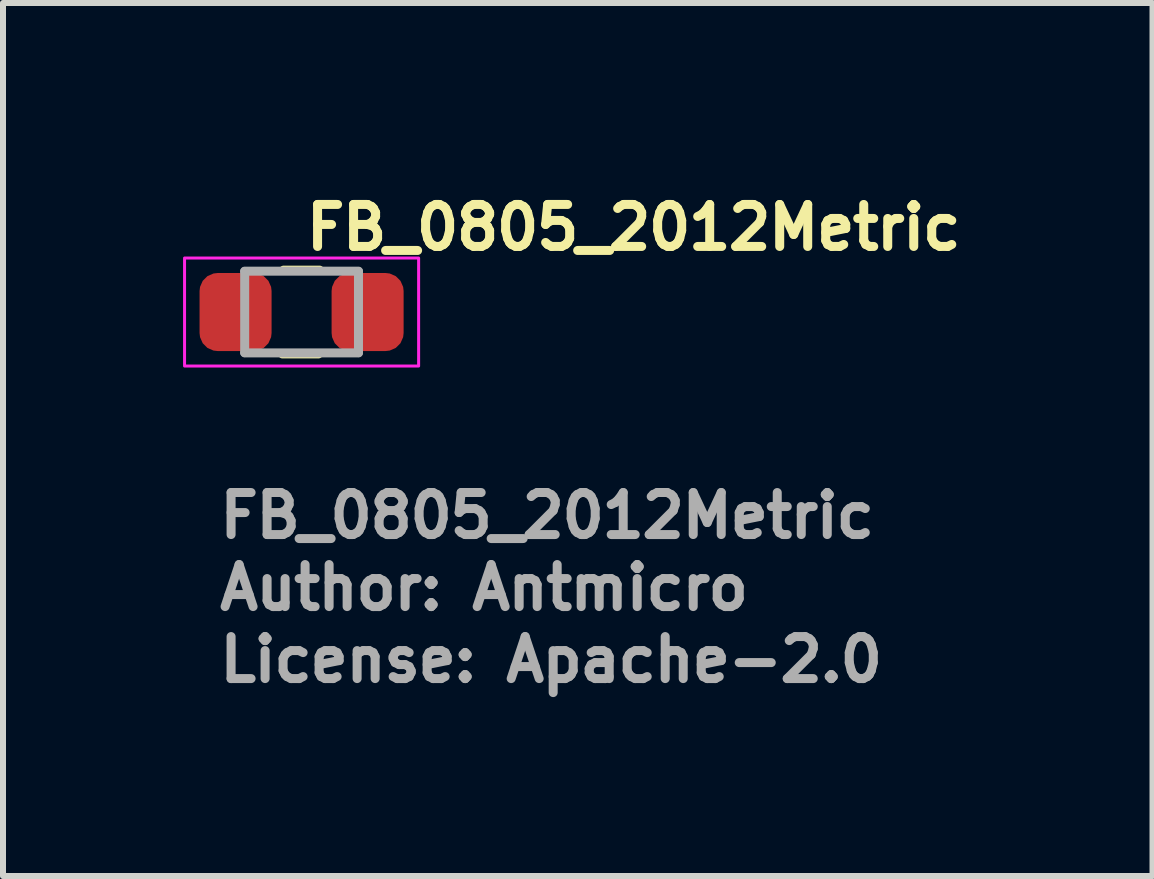
<source format=kicad_pcb>
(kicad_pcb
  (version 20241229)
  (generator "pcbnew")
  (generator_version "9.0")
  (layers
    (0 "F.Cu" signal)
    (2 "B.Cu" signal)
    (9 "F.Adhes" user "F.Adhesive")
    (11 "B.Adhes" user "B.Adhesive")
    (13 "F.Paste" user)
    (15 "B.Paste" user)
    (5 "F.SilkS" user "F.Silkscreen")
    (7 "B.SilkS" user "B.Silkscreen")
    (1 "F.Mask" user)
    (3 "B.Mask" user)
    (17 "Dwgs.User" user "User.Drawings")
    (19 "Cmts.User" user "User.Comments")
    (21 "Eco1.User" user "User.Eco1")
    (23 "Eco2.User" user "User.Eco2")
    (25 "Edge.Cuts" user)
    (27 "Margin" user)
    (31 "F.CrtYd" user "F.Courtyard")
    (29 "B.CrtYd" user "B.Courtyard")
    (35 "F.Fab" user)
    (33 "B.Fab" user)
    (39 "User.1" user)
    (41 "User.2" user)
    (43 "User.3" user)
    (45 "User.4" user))
  (footprint "FB_0805_2012Metric"
    (layer "F.Cu")
    (at 1.975 2.149)
    (property "Reference" "FB_0805_2012Metric" (at 0.001 -0.999 0) (layer "F.SilkS") (effects (font (size 0.7 0.7) (thickness 0.15)) (justify left bottom)))
    (attr smd)
    (fp_line (start -0.319 0.698) (end 0.281 0.698) (stroke (width 0.15) (type solid)) (layer "F.SilkS"))
    (fp_line (start -0.299 -0.698) (end 0.299 -0.698) (stroke (width 0.15) (type solid)) (layer "F.SilkS"))
    (fp_rect (start 1.95 -0.9) (end -1.95 0.9) (stroke (width 0.05) (type default)) (fill no) (layer "F.CrtYd"))
    (fp_line (start -0.948 -0.681) (end 0.948 -0.681) (stroke (width 0.15) (type solid)) (layer "F.Fab"))
    (fp_line (start -0.948 -0.676) (end -0.948 0.676) (stroke (width 0.15) (type solid)) (layer "F.Fab"))
    (fp_line (start -0.948 0.681) (end 0.948 0.681) (stroke (width 0.15) (type solid)) (layer "F.Fab"))
    (fp_line (start 0.948 -0.676) (end 0.948 0.676) (stroke (width 0.15) (type solid)) (layer "F.Fab"))
    (fp_rect (start -0.999 -0.656) (end 0.999 0.656) (stroke (width 0.1) (type solid)) (fill no) (layer "User.5"))
    (fp_line (start -0.999 -0.656) (end -0.999 0.656) (stroke (width 0.02) (type solid)) (layer "User.9"))
    (fp_line (start -0.499 -0.656) (end -0.999 -0.656) (stroke (width 0.02) (type solid)) (layer "User.9"))
    (fp_line (start -0.499 -0.656) (end -0.499 0.656) (stroke (width 0.02) (type solid)) (layer "User.9"))
    (fp_line (start -0.499 -0.624) (end 0.499 -0.624) (stroke (width 0.02) (type solid)) (layer "User.9"))
    (fp_line (start -0.499 0.656) (end -0.999 0.656) (stroke (width 0.02) (type solid)) (layer "User.9"))
    (fp_line (start 0.499 -0.656) (end 0.499 0.656) (stroke (width 0.02) (type solid)) (layer "User.9"))
    (fp_line (start 0.499 0.624) (end -0.499 0.624) (stroke (width 0.02) (type solid)) (layer "User.9"))
    (fp_line (start 0.999 -0.656) (end 0.499 -0.656) (stroke (width 0.02) (type solid)) (layer "User.9"))
    (fp_line (start 0.999 -0.656) (end 0.999 0.656) (stroke (width 0.02) (type solid)) (layer "User.9"))
    (fp_line (start 0.999 0.656) (end 0.499 0.656) (stroke (width 0.02) (type solid)) (layer "User.9"))
    (fp_text user "Author: Antmicro" (at -1.44 5.001 0) (layer "F.Fab") (effects (font (size 0.7 0.7) (thickness 0.15)) (justify left bottom)))
    (fp_text user "License: Apache-2.0" (at -1.44 6.201 0) (layer "F.Fab") (effects (font (size 0.7 0.7) (thickness 0.15)) (justify left bottom)))
    (fp_text user "${REFERENCE}" (at -1.44 3.801 0) (layer "F.Fab") (effects (font (size 0.7 0.7) (thickness 0.15)) (justify left bottom)))
    (pad "1" smd roundrect (at -1.1 0) (size 1.2 1.3) (layers "F.Cu" "F.Mask" "F.Paste") (roundrect_rratio 0.25))
    (pad "2" smd roundrect (at 1.1 0) (size 1.2 1.3) (layers "F.Cu" "F.Mask" "F.Paste") (roundrect_rratio 0.25)))
  (gr_rect
    (start -3 -3)
    (end 16.153 11.546)
    (stroke (width 0.1) (type default))
    (fill no)
    (layer "Edge.Cuts")))
</source>
